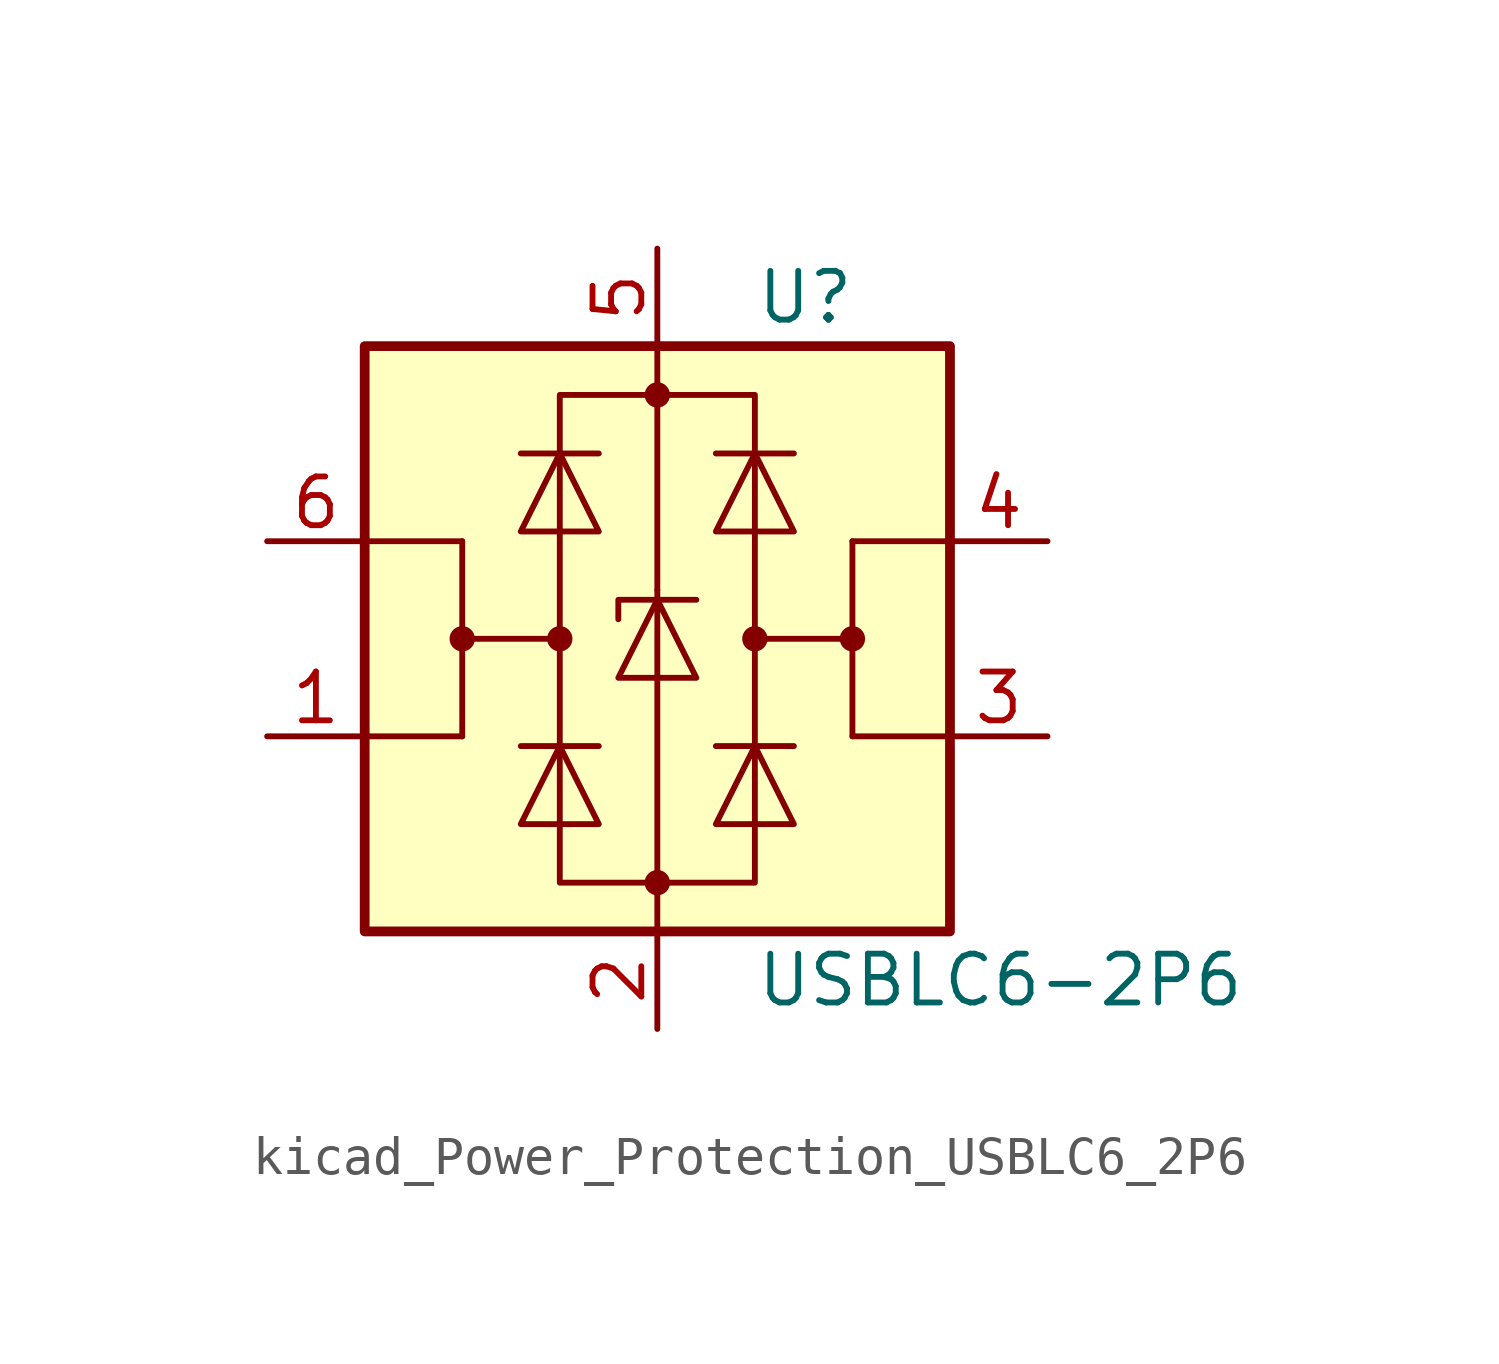
<source format=kicad_sym>
(kicad_symbol_lib
  (version 20220914)
  (generator kicad_symbol_editor)
  (symbol "kicad_Power_Protection_USBLC6_2P6"
    (pin_names hide)
    (property "Reference" "U"
      (at 2.54 8.89 0)
      (effects (font (size 1.27 1.27)) (justify left)))
    (property "Value" "USBLC6-2P6"
      (at 2.54 -8.89 0)
      (effects (font (size 1.27 1.27)) (justify left)))
    (symbol "kicad_Power_Protection_USBLC6_2P6_0_1"
      (rectangle (start -7.62 -7.62) (end 7.62 7.62) (stroke (width 0.254) (type default)) (fill (type background)))
      (circle (center -5.08 0) (radius 0.254) (stroke (width 0) (type default)) (fill (type outline)))
      (circle (center -2.54 0) (radius 0.254) (stroke (width 0) (type default)) (fill (type outline)))
      (rectangle (start -2.54 6.35) (end 2.54 -6.35) (stroke (width 0) (type default)) (fill (type none)))
      (circle (center 0 -6.35) (radius 0.254) (stroke (width 0) (type default)) (fill (type outline)))
      (polyline (pts (xy -5.08 -2.54) (xy -7.62 -2.54)) (stroke (width 0) (type default)) (fill (type none)))
      (polyline (pts (xy -5.08 0) (xy -5.08 -2.54)) (stroke (width 0) (type default)) (fill (type none)))
      (polyline (pts (xy -5.08 2.54) (xy -7.62 2.54)) (stroke (width 0) (type default)) (fill (type none)))
      (polyline (pts (xy -1.524 -2.794) (xy -3.556 -2.794)) (stroke (width 0) (type default)) (fill (type none)))
      (polyline (pts (xy -1.524 4.826) (xy -3.556 4.826)) (stroke (width 0) (type default)) (fill (type none)))
      (polyline (pts (xy 0 -7.62) (xy 0 -6.35)) (stroke (width 0) (type default)) (fill (type none)))
      (polyline (pts (xy 0 -6.35) (xy 0 1.27)) (stroke (width 0) (type default)) (fill (type none)))
      (polyline (pts (xy 0 1.27) (xy 0 6.35)) (stroke (width 0) (type default)) (fill (type none)))
      (polyline (pts (xy 0 6.35) (xy 0 7.62)) (stroke (width 0) (type default)) (fill (type none)))
      (polyline (pts (xy 1.524 -2.794) (xy 3.556 -2.794)) (stroke (width 0) (type default)) (fill (type none)))
      (polyline (pts (xy 1.524 4.826) (xy 3.556 4.826)) (stroke (width 0) (type default)) (fill (type none)))
      (polyline (pts (xy 5.08 -2.54) (xy 7.62 -2.54)) (stroke (width 0) (type default)) (fill (type none)))
      (polyline (pts (xy 5.08 0) (xy 5.08 -2.54)) (stroke (width 0) (type default)) (fill (type none)))
      (polyline (pts (xy 5.08 2.54) (xy 7.62 2.54)) (stroke (width 0) (type default)) (fill (type none)))
      (polyline (pts (xy -2.54 0) (xy -5.08 0) (xy -5.08 2.54)) (stroke (width 0) (type default)) (fill (type none)))
      (polyline (pts (xy 2.54 0) (xy 5.08 0) (xy 5.08 2.54)) (stroke (width 0) (type default)) (fill (type none)))
      (polyline (pts (xy -3.556 -4.826) (xy -1.524 -4.826) (xy -2.54 -2.794) (xy -3.556 -4.826)) (stroke (width 0) (type default)) (fill (type none)))
      (polyline (pts (xy -3.556 2.794) (xy -1.524 2.794) (xy -2.54 4.826) (xy -3.556 2.794)) (stroke (width 0) (type default)) (fill (type none)))
      (polyline (pts (xy -1.016 -1.016) (xy 1.016 -1.016) (xy 0 1.016) (xy -1.016 -1.016)) (stroke (width 0) (type default)) (fill (type none)))
      (polyline (pts (xy 1.016 1.016) (xy 0.762 1.016) (xy -1.016 1.016) (xy -1.016 0.508)) (stroke (width 0) (type default)) (fill (type none)))
      (polyline (pts (xy 3.556 -4.826) (xy 1.524 -4.826) (xy 2.54 -2.794) (xy 3.556 -4.826)) (stroke (width 0) (type default)) (fill (type none)))
      (polyline (pts (xy 3.556 2.794) (xy 1.524 2.794) (xy 2.54 4.826) (xy 3.556 2.794)) (stroke (width 0) (type default)) (fill (type none)))
      (circle (center 0 6.35) (radius 0.254) (stroke (width 0) (type default)) (fill (type outline)))
      (circle (center 2.54 0) (radius 0.254) (stroke (width 0) (type default)) (fill (type outline)))
      (circle (center 5.08 0) (radius 0.254) (stroke (width 0) (type default)) (fill (type outline))))
    (symbol "kicad_Power_Protection_USBLC6_2P6_1_1"
      (pin passive line (at -10.16 -2.54 0) (length 2.54) (name "I/O1" (effects (font (size 1.27 1.27)))) (number "1" (effects (font (size 1.27 1.27)))))
      (pin passive line (at 0 -10.16 90) (length 2.54) (name "GND" (effects (font (size 1.27 1.27)))) (number "2" (effects (font (size 1.27 1.27)))))
      (pin passive line (at 10.16 -2.54 180) (length 2.54) (name "I/O2" (effects (font (size 1.27 1.27)))) (number "3" (effects (font (size 1.27 1.27)))))
      (pin passive line (at 10.16 2.54 180) (length 2.54) (name "I/O2" (effects (font (size 1.27 1.27)))) (number "4" (effects (font (size 1.27 1.27)))))
      (pin passive line (at 0 10.16 270) (length 2.54) (name "VBUS" (effects (font (size 1.27 1.27)))) (number "5" (effects (font (size 1.27 1.27)))))
      (pin passive line (at -10.16 2.54 0) (length 2.54) (name "I/O1" (effects (font (size 1.27 1.27)))) (number "6" (effects (font (size 1.27 1.27))))))))
</source>
